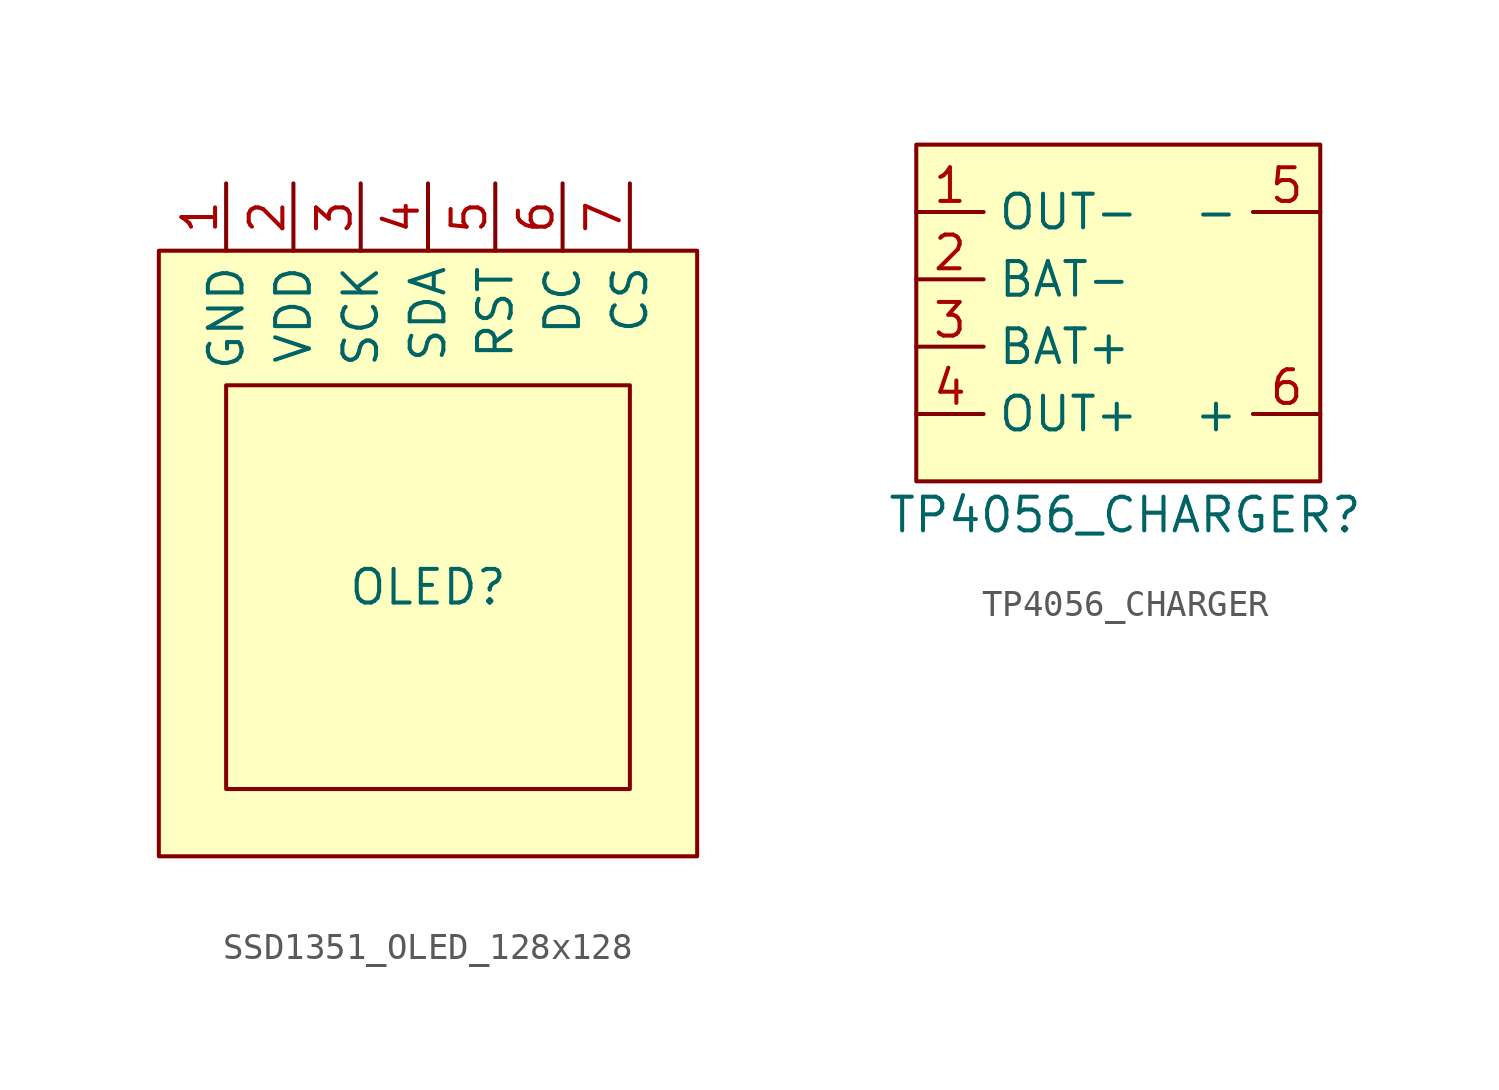
<source format=kicad_sym>
(kicad_symbol_lib
  (version 20241209)
  (generator "kicad_symbol_editor")
  (generator_version "9.0")
  (symbol "SSD1351_OLED_128x128"
    (property "Reference" "OLED"
      (at 0 -15.24 0)
      (effects (font (size 1.27 1.27))))
    (property "Value" ""
      (at 0 0 0)
      (effects (font (size 1.27 1.27))))
    (symbol "SSD1351_OLED_128x128_0_1"
      (rectangle (start -10.16 -2.54) (end 10.16 -25.4) (stroke (width 0) (type default)) (fill (type background)))
      (rectangle (start -7.62 -7.62) (end 7.62 -22.86) (stroke (width 0) (type default)) (fill (type none))))
    (symbol "SSD1351_OLED_128x128_1_1"
      (pin passive line (at -7.62 0 270) (length 2.54) (name "GND" (effects (font (size 1.27 1.27)))) (number "1" (effects (font (size 1.27 1.27)))))
      (pin passive line (at -5.08 0 270) (length 2.54) (name "VDD" (effects (font (size 1.27 1.27)))) (number "2" (effects (font (size 1.27 1.27)))))
      (pin passive line (at -2.54 0 270) (length 2.54) (name "SCK" (effects (font (size 1.27 1.27)))) (number "3" (effects (font (size 1.27 1.27)))))
      (pin passive line (at 0 0 270) (length 2.54) (name "SDA" (effects (font (size 1.27 1.27)))) (number "4" (effects (font (size 1.27 1.27)))))
      (pin passive line (at 2.54 0 270) (length 2.54) (name "RST" (effects (font (size 1.27 1.27)))) (number "5" (effects (font (size 1.27 1.27)))))
      (pin passive line (at 5.08 0 270) (length 2.54) (name "DC" (effects (font (size 1.27 1.27)))) (number "6" (effects (font (size 1.27 1.27)))))
      (pin passive line (at 7.62 0 270) (length 2.54) (name "CS" (effects (font (size 1.27 1.27)))) (number "7" (effects (font (size 1.27 1.27)))))))
  (symbol "TP4056_CHARGER"
    (property "Reference" "TP4056_CHARGER"
      (at 0.254 -7.62 0)
      (effects (font (size 1.27 1.27))))
    (property "Value" ""
      (at 0 0 0)
      (effects (font (size 1.27 1.27))))
    (symbol "TP4056_CHARGER_0_1"
      (rectangle (start -7.62 6.35) (end 7.62 -6.35) (stroke (width 0) (type default)) (fill (type background))))
    (symbol "TP4056_CHARGER_1_1"
      (pin power_in line (at -7.62 3.81 0) (length 2.54) (name "OUT-" (effects (font (size 1.27 1.27)))) (number "1" (effects (font (size 1.27 1.27)))))
      (pin passive line (at -7.62 1.27 0) (length 2.54) (name "BAT-" (effects (font (size 1.27 1.27)))) (number "2" (effects (font (size 1.27 1.27)))))
      (pin passive line (at -7.62 -1.27 0) (length 2.54) (name "BAT+" (effects (font (size 1.27 1.27)))) (number "3" (effects (font (size 1.27 1.27)))))
      (pin power_out line (at -7.62 -3.81 0) (length 2.54) (name "OUT+" (effects (font (size 1.27 1.27)))) (number "4" (effects (font (size 1.27 1.27)))))
      (pin power_in line (at 7.62 3.81 180) (length 2.54) (name "-" (effects (font (size 1.27 1.27)))) (number "5" (effects (font (size 1.27 1.27)))))
      (pin power_out line (at 7.62 -3.81 180) (length 2.54) (name "+" (effects (font (size 1.27 1.27)))) (number "6" (effects (font (size 1.27 1.27))))))))
</source>
